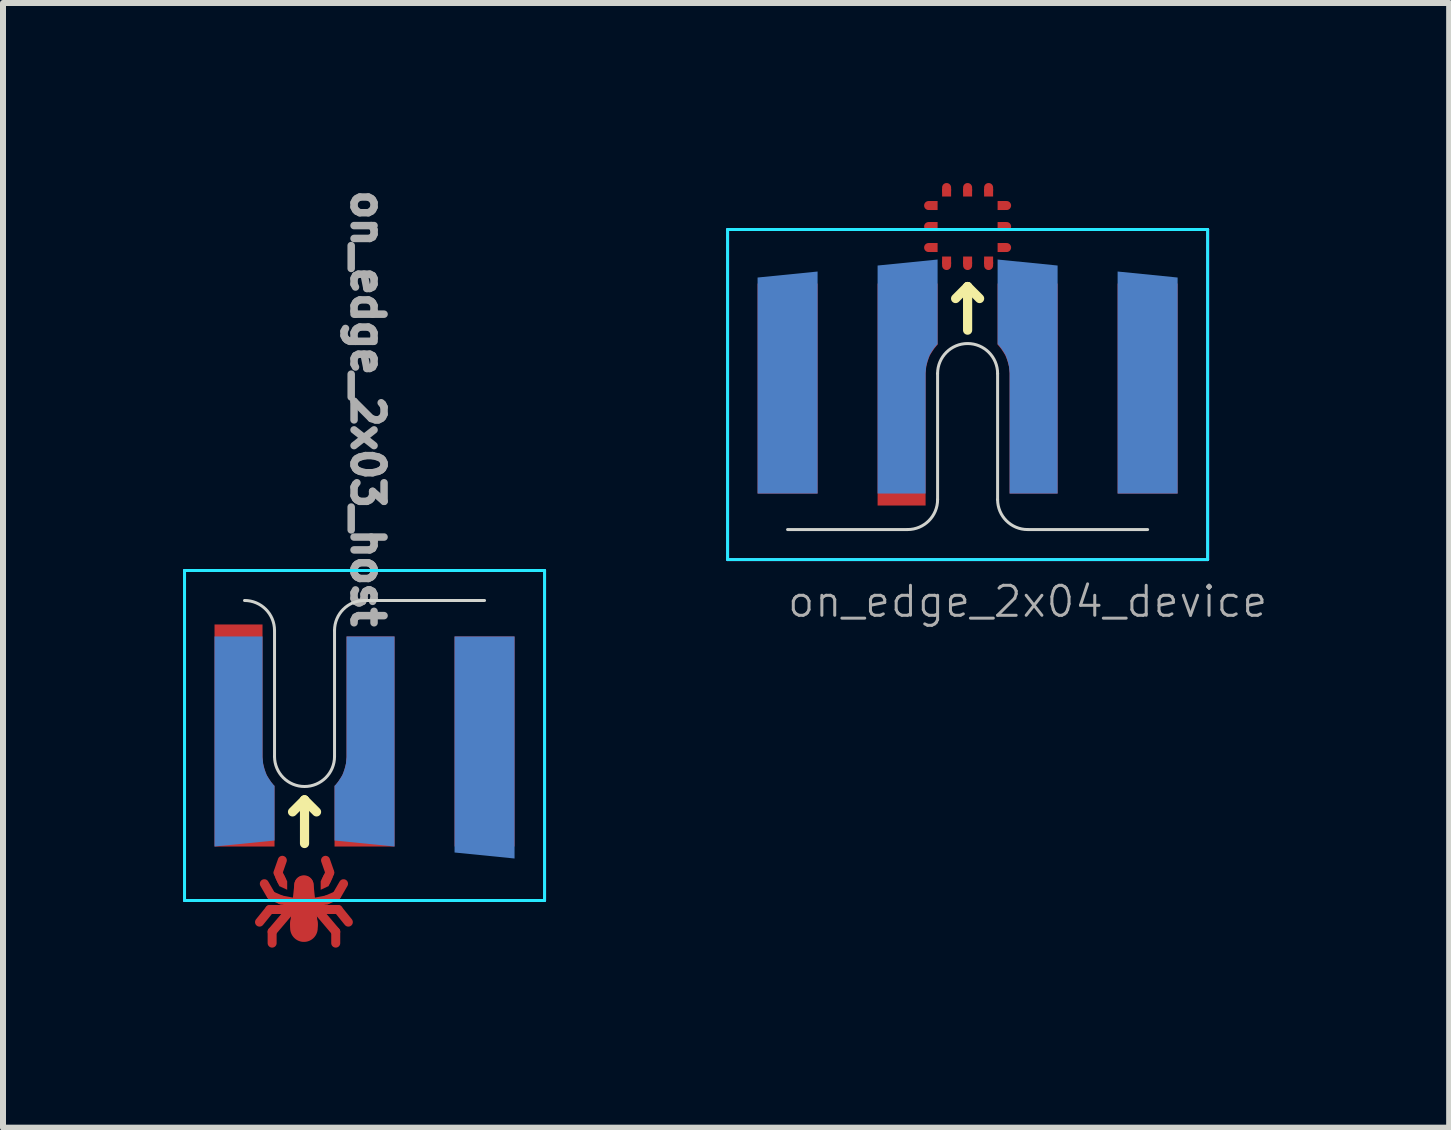
<source format=kicad_pcb>
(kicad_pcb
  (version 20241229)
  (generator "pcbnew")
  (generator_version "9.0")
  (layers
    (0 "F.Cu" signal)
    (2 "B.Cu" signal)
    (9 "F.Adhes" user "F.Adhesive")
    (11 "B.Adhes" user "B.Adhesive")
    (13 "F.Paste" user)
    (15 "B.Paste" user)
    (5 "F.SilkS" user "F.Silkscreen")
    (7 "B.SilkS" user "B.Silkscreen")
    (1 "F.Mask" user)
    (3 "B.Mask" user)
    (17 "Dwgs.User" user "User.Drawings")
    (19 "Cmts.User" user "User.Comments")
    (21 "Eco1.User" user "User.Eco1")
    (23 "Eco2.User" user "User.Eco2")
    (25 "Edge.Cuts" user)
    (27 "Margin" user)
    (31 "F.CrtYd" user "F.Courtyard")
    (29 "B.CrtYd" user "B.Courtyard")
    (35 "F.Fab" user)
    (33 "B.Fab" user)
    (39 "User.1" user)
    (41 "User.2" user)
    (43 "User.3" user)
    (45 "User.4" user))
  (footprint "on_edge_2x03_host"
    (layer "F.Cu")
    (at 3.025 6.957)
    (property "Reference" "on_edge_2x03_host" (at 0.05 -3.2 270) (unlocked yes) (layer "F.Fab") (effects (font (size 0.5 0.5) (thickness 0.125))))
    (attr exclude_from_pos_files exclude_from_bom)
    (fp_line (start -1.75 5.36) (end -1.58 5.15) (stroke (width 0.15) (type solid)) (layer "F.Cu"))
    (fp_line (start -1.67 4.72) (end -1.56 4.91) (stroke (width 0.15) (type solid)) (layer "F.Cu"))
    (fp_line (start -1.54 5.71) (end -1.54 5.52) (stroke (width 0.15) (type solid)) (layer "F.Cu"))
    (fp_line (start -1.44 4.54) (end -1.38 4.67) (stroke (width 0.15) (type solid)) (layer "F.Cu"))
    (fp_line (start -1.39 4.99) (end -1.55 4.92) (stroke (width 0.15) (type solid)) (layer "F.Cu"))
    (fp_line (start -1.39 4.99) (end -1.13 5.04) (stroke (width 0.15) (type solid)) (layer "F.Cu"))
    (fp_line (start -1.37 4.33) (end -1.44 4.53) (stroke (width 0.15) (type solid)) (layer "F.Cu"))
    (fp_line (start -1.26 5.19) (end -1.54 5.52) (stroke (width 0.15) (type solid)) (layer "F.Cu"))
    (fp_line (start -1.21 5.15) (end -1.58 5.15) (stroke (width 0.15) (type solid)) (layer "F.Cu"))
    (fp_line (start -1.09 5.4) (end -1.02 4.74) (stroke (width 0.3) (type solid)) (layer "F.Cu"))
    (fp_line (start -1.01 5.46) (end -1.01 5.39) (stroke (width 0.46) (type solid)) (layer "F.Cu"))
    (fp_line (start -1.01 5.51) (end -1.01 4.74) (stroke (width 0.32) (type solid)) (layer "F.Cu"))
    (fp_line (start -0.93 5.4) (end -1 4.74) (stroke (width 0.3) (type solid)) (layer "F.Cu"))
    (fp_line (start -0.81 5.15) (end -0.44 5.15) (stroke (width 0.15) (type solid)) (layer "F.Cu"))
    (fp_line (start -0.76 5.19) (end -0.48 5.52) (stroke (width 0.15) (type solid)) (layer "F.Cu"))
    (fp_line (start -0.65 4.33) (end -0.58 4.53) (stroke (width 0.15) (type solid)) (layer "F.Cu"))
    (fp_line (start -0.63 4.99) (end -0.89 5.04) (stroke (width 0.15) (type solid)) (layer "F.Cu"))
    (fp_line (start -0.63 4.99) (end -0.47 4.92) (stroke (width 0.15) (type solid)) (layer "F.Cu"))
    (fp_line (start -0.58 4.54) (end -0.64 4.67) (stroke (width 0.15) (type solid)) (layer "F.Cu"))
    (fp_line (start -0.48 5.71) (end -0.48 5.52) (stroke (width 0.15) (type solid)) (layer "F.Cu"))
    (fp_line (start -0.35 4.72) (end -0.46 4.91) (stroke (width 0.15) (type solid)) (layer "F.Cu"))
    (fp_line (start -0.27 5.36) (end -0.44 5.15) (stroke (width 0.15) (type solid)) (layer "F.Cu"))
    (fp_poly (pts (xy -1.35 4.56) (xy -1.29 4.68) (xy -1.29 4.82) (xy -1.42 4.76) (xy -1.49 4.61) (xy -1.4 4.64)) (stroke (width 0.001) (type solid)) (fill yes) (layer "F.Cu"))
    (fp_poly (pts (xy -0.67 4.56) (xy -0.73 4.68) (xy -0.73 4.82) (xy -0.6 4.76) (xy -0.53 4.61) (xy -0.62 4.64)) (stroke (width 0.001) (type solid)) (fill yes) (layer "F.Cu"))
    (fp_line (start -1.75 5.36) (end -1.58 5.15) (stroke (width 0.15) (type solid)) (layer "F.Mask"))
    (fp_line (start -1.67 4.72) (end -1.56 4.91) (stroke (width 0.15) (type solid)) (layer "F.Mask"))
    (fp_line (start -1.54 5.71) (end -1.54 5.52) (stroke (width 0.15) (type solid)) (layer "F.Mask"))
    (fp_line (start -1.44 4.54) (end -1.38 4.67) (stroke (width 0.15) (type solid)) (layer "F.Mask"))
    (fp_line (start -1.39 4.99) (end -1.55 4.92) (stroke (width 0.15) (type solid)) (layer "F.Mask"))
    (fp_line (start -1.39 4.99) (end -1.13 5.04) (stroke (width 0.15) (type solid)) (layer "F.Mask"))
    (fp_line (start -1.37 4.33) (end -1.44 4.53) (stroke (width 0.15) (type solid)) (layer "F.Mask"))
    (fp_line (start -1.26 5.19) (end -1.54 5.52) (stroke (width 0.15) (type solid)) (layer "F.Mask"))
    (fp_line (start -1.21 5.15) (end -1.58 5.15) (stroke (width 0.15) (type solid)) (layer "F.Mask"))
    (fp_line (start -1.09 5.4) (end -1.02 4.74) (stroke (width 0.3) (type solid)) (layer "F.Mask"))
    (fp_line (start -1.01 5.46) (end -1.01 5.39) (stroke (width 0.46) (type solid)) (layer "F.Mask"))
    (fp_line (start -1.01 5.51) (end -1.01 4.74) (stroke (width 0.32) (type solid)) (layer "F.Mask"))
    (fp_line (start -0.93 5.4) (end -1 4.74) (stroke (width 0.3) (type solid)) (layer "F.Mask"))
    (fp_line (start -0.81 5.15) (end -0.44 5.15) (stroke (width 0.15) (type solid)) (layer "F.Mask"))
    (fp_line (start -0.76 5.19) (end -0.48 5.52) (stroke (width 0.15) (type solid)) (layer "F.Mask"))
    (fp_line (start -0.65 4.33) (end -0.58 4.53) (stroke (width 0.15) (type solid)) (layer "F.Mask"))
    (fp_line (start -0.63 4.99) (end -0.89 5.04) (stroke (width 0.15) (type solid)) (layer "F.Mask"))
    (fp_line (start -0.63 4.99) (end -0.47 4.92) (stroke (width 0.15) (type solid)) (layer "F.Mask"))
    (fp_line (start -0.58 4.54) (end -0.64 4.67) (stroke (width 0.15) (type solid)) (layer "F.Mask"))
    (fp_line (start -0.48 5.71) (end -0.48 5.52) (stroke (width 0.15) (type solid)) (layer "F.Mask"))
    (fp_line (start -0.35 4.72) (end -0.46 4.91) (stroke (width 0.15) (type solid)) (layer "F.Mask"))
    (fp_line (start -0.27 5.36) (end -0.44 5.15) (stroke (width 0.15) (type solid)) (layer "F.Mask"))
    (fp_poly (pts (xy -1.35 4.56) (xy -1.29 4.68) (xy -1.29 4.82) (xy -1.42 4.76) (xy -1.49 4.61) (xy -1.4 4.64)) (stroke (width 0.001) (type solid)) (fill yes) (layer "F.Mask"))
    (fp_poly (pts (xy -0.67 4.56) (xy -0.73 4.68) (xy -0.73 4.82) (xy -0.6 4.76) (xy -0.53 4.61) (xy -0.62 4.64)) (stroke (width 0.001) (type solid)) (fill yes) (layer "F.Mask"))
    (fp_line (start -1 3.323) (end -1.2 3.523) (stroke (width 0.153) (type solid)) (layer "F.SilkS"))
    (fp_line (start -1 4.05) (end -1 3.323) (stroke (width 0.153) (type solid)) (layer "F.SilkS"))
    (fp_line (start -0.8 3.523) (end -1 3.323) (stroke (width 0.153) (type solid)) (layer "F.SilkS"))
    (fp_line (start -1.5 0.5) (end -1.5 2.6) (stroke (width 0.05) (type solid)) (layer "Edge.Cuts"))
    (fp_line (start -0.5 2.6) (end -0.5 0.5) (stroke (width 0.05) (type solid)) (layer "Edge.Cuts"))
    (fp_line (start 0 0) (end 2 0) (stroke (width 0.05) (type solid)) (layer "Edge.Cuts"))
    (fp_arc (start -2 0) (mid -1.646447 0.146447) (end -1.5 0.5) (stroke (width 0.05) (type solid)) (layer "Edge.Cuts"))
    (fp_arc (start -0.5 0.5) (mid -0.353553 0.146447) (end 0 0) (stroke (width 0.05) (type solid)) (layer "Edge.Cuts"))
    (fp_arc (start -0.5 2.6) (mid -1 3.1) (end -1.5 2.6) (stroke (width 0.05) (type solid)) (layer "Edge.Cuts"))
    (fp_line (start -3 -0.5) (end 3 -0.5) (stroke (width 0.05) (type solid)) (layer "B.CrtYd"))
    (fp_line (start -3 5) (end -3 -0.5) (stroke (width 0.05) (type solid)) (layer "B.CrtYd"))
    (fp_line (start 3 -0.5) (end 3 5) (stroke (width 0.05) (type solid)) (layer "B.CrtYd"))
    (fp_line (start 3 5) (end -3 5) (stroke (width 0.05) (type solid)) (layer "B.CrtYd"))
    (fp_line (start -3 -0.5) (end -3 5) (stroke (width 0.05) (type solid)) (layer "F.CrtYd"))
    (fp_line (start -3 5) (end 3 5) (stroke (width 0.05) (type solid)) (layer "F.CrtYd"))
    (fp_line (start 3 -0.5) (end -3 -0.5) (stroke (width 0.05) (type solid)) (layer "F.CrtYd"))
    (fp_line (start 3 5) (end 3 -0.5) (stroke (width 0.05) (type solid)) (layer "F.CrtYd"))
    (pad "1" smd custom (at -2 3.6) (size 1 1) (layers "F.Cu" "F.Mask") (options (anchor rect)) (primitives (gr_poly (pts (xy 0.3 -0.99) (xy 0.31 -0.88) (xy 0.33 -0.8) (xy 0.35 -0.74) (xy 0.37 -0.69) (xy 0.4 -0.64) (xy 0.44 -0.58) (xy 0.48 -0.53) (xy 0.5 -0.51) (xy 0.5 0.5) (xy -0.5 0.5) (xy -0.5 -3.2) (xy 0.3 -3.2)) (width 0) (fill yes))))
    (pad "2" smd custom (at 0 3.6) (size 1 1) (layers "F.Cu" "F.Mask") (options (anchor rect)) (primitives (gr_poly (pts (xy -0.3 -0.99) (xy -0.31 -0.88) (xy -0.33 -0.8) (xy -0.35 -0.74) (xy -0.37 -0.69) (xy -0.4 -0.64) (xy -0.44 -0.58) (xy -0.48 -0.53) (xy -0.5 -0.51) (xy -0.5 0.5) (xy 0.5 0.5) (xy 0.5 -3) (xy -0.3 -3)) (width 0) (fill yes))))
    (pad "3" smd custom (at -2 2.1 180) (size 0.4 0.4) (layers "B.Cu" "B.Mask") (options (anchor rect)) (primitives (gr_poly (pts (xy -0.3 -0.51) (xy -0.31 -0.62) (xy -0.33 -0.7) (xy -0.35 -0.76) (xy -0.37 -0.81) (xy -0.4 -0.86) (xy -0.44 -0.92) (xy -0.48 -0.97) (xy -0.5 -0.99) (xy -0.5 -1.9) (xy 0.5 -2) (xy 0.5 1.5) (xy -0.3 1.5)) (width 0) (fill yes))))
    (pad "4" smd custom (at 0 2.1 180) (size 0.4 0.4) (layers "B.Cu" "B.Mask") (options (anchor rect)) (primitives (gr_poly (pts (xy 0.3 -0.51) (xy 0.31 -0.62) (xy 0.33 -0.7) (xy 0.35 -0.76) (xy 0.37 -0.81) (xy 0.4 -0.86) (xy 0.44 -0.92) (xy 0.48 -0.97) (xy 0.5 -0.99) (xy 0.5 -1.9) (xy -0.5 -2) (xy -0.5 1.5) (xy 0.3 1.5)) (width 0) (fill yes))))
    (pad "5" smd rect (at 2 2.35) (size 1 3.5) (layers "F.Cu" "F.Mask"))
    (pad "6" smd custom (at 2 2.4 180) (size 1 3.6) (layers "B.Cu" "B.Mask") (options (anchor rect)) (primitives (gr_poly (pts (xy 0.5 -1.8) (xy -0.5 -1.9) (xy -0.5 -1.8)) (width 0) (fill yes)))))
  (footprint "on_edge_2x04_device"
    (layer "F.Cu")
    (at 14.075 5.775)
    (property "Reference" "on_edge_2x04_device" (at 0 1.2 0) (unlocked yes) (layer "F.Fab") (effects (font (size 0.5 0.5) (thickness 0.05))))
    (attr exclude_from_pos_files exclude_from_bom)
    (fp_line (start -1.6 -5.4) (end -1.65 -5.4) (stroke (width 0.15) (type solid)) (layer "F.Cu"))
    (fp_line (start -1.6 -5.05) (end -1.65 -5.05) (stroke (width 0.15) (type solid)) (layer "F.Cu"))
    (fp_line (start -1.6 -4.7) (end -1.65 -4.7) (stroke (width 0.15) (type solid)) (layer "F.Cu"))
    (fp_line (start -1.35 -5.65) (end -1.35 -5.7) (stroke (width 0.15) (type solid)) (layer "F.Cu"))
    (fp_line (start -1.35 -4.45) (end -1.35 -4.4) (stroke (width 0.15) (type solid)) (layer "F.Cu"))
    (fp_line (start -1 -5.65) (end -1 -5.7) (stroke (width 0.15) (type solid)) (layer "F.Cu"))
    (fp_line (start -1 -4.45) (end -1 -4.4) (stroke (width 0.15) (type solid)) (layer "F.Cu"))
    (fp_line (start -0.65 -5.65) (end -0.65 -5.7) (stroke (width 0.15) (type solid)) (layer "F.Cu"))
    (fp_line (start -0.65 -4.45) (end -0.65 -4.4) (stroke (width 0.15) (type solid)) (layer "F.Cu"))
    (fp_line (start -0.4 -5.4) (end -0.35 -5.4) (stroke (width 0.15) (type solid)) (layer "F.Cu"))
    (fp_line (start -0.4 -5.05) (end -0.35 -5.05) (stroke (width 0.15) (type solid)) (layer "F.Cu"))
    (fp_line (start -0.4 -4.7) (end -0.35 -4.7) (stroke (width 0.15) (type solid)) (layer "F.Cu"))
    (fp_poly (pts (xy -1.5 -5.475) (xy -1.5 -5.325) (xy -1.625 -5.325) (xy -1.625 -5.475)) (stroke (width 0) (type solid)) (fill yes) (layer "F.Cu"))
    (fp_poly (pts (xy -1.5 -5.125) (xy -1.5 -4.975) (xy -1.625 -4.975) (xy -1.625 -5.125)) (stroke (width 0) (type solid)) (fill yes) (layer "F.Cu"))
    (fp_poly (pts (xy -1.5 -4.775) (xy -1.5 -4.625) (xy -1.625 -4.625) (xy -1.625 -4.775)) (stroke (width 0) (type solid)) (fill yes) (layer "F.Cu"))
    (fp_poly (pts (xy -1.425 -4.55) (xy -1.275 -4.55) (xy -1.275 -4.425) (xy -1.425 -4.425)) (stroke (width 0) (type solid)) (fill yes) (layer "F.Cu"))
    (fp_poly (pts (xy -1.275 -5.55) (xy -1.425 -5.55) (xy -1.425 -5.675) (xy -1.275 -5.675)) (stroke (width 0) (type solid)) (fill yes) (layer "F.Cu"))
    (fp_poly (pts (xy -1.075 -4.55) (xy -0.925 -4.55) (xy -0.925 -4.425) (xy -1.075 -4.425)) (stroke (width 0) (type solid)) (fill yes) (layer "F.Cu"))
    (fp_poly (pts (xy -0.925 -5.55) (xy -1.075 -5.55) (xy -1.075 -5.675) (xy -0.925 -5.675)) (stroke (width 0) (type solid)) (fill yes) (layer "F.Cu"))
    (fp_poly (pts (xy -0.725 -4.55) (xy -0.575 -4.55) (xy -0.575 -4.425) (xy -0.725 -4.425)) (stroke (width 0) (type solid)) (fill yes) (layer "F.Cu"))
    (fp_poly (pts (xy -0.575 -5.55) (xy -0.725 -5.55) (xy -0.725 -5.675) (xy -0.575 -5.675)) (stroke (width 0) (type solid)) (fill yes) (layer "F.Cu"))
    (fp_poly (pts (xy -0.5 -5.325) (xy -0.5 -5.475) (xy -0.375 -5.475) (xy -0.375 -5.325)) (stroke (width 0) (type solid)) (fill yes) (layer "F.Cu"))
    (fp_poly (pts (xy -0.5 -4.975) (xy -0.5 -5.125) (xy -0.375 -5.125) (xy -0.375 -4.975)) (stroke (width 0) (type solid)) (fill yes) (layer "F.Cu"))
    (fp_poly (pts (xy -0.5 -4.625) (xy -0.5 -4.775) (xy -0.375 -4.775) (xy -0.375 -4.625)) (stroke (width 0) (type solid)) (fill yes) (layer "F.Cu"))
    (fp_line (start -1.5 -5.4) (end -1.65 -5.4) (stroke (width 0.15) (type solid)) (layer "F.Mask"))
    (fp_line (start -1.5 -5.05) (end -1.65 -5.05) (stroke (width 0.15) (type solid)) (layer "F.Mask"))
    (fp_line (start -1.5 -4.7) (end -1.65 -4.7) (stroke (width 0.15) (type solid)) (layer "F.Mask"))
    (fp_line (start -1.35 -5.55) (end -1.35 -5.7) (stroke (width 0.15) (type solid)) (layer "F.Mask"))
    (fp_line (start -1.35 -4.55) (end -1.35 -4.4) (stroke (width 0.15) (type solid)) (layer "F.Mask"))
    (fp_line (start -1 -5.55) (end -1 -5.7) (stroke (width 0.15) (type solid)) (layer "F.Mask"))
    (fp_line (start -1 -4.55) (end -1 -4.4) (stroke (width 0.15) (type solid)) (layer "F.Mask"))
    (fp_line (start -0.65 -5.55) (end -0.65 -5.7) (stroke (width 0.15) (type solid)) (layer "F.Mask"))
    (fp_line (start -0.65 -4.55) (end -0.65 -4.4) (stroke (width 0.15) (type solid)) (layer "F.Mask"))
    (fp_line (start -0.5 -5.4) (end -0.35 -5.4) (stroke (width 0.15) (type solid)) (layer "F.Mask"))
    (fp_line (start -0.5 -5.05) (end -0.35 -5.05) (stroke (width 0.15) (type solid)) (layer "F.Mask"))
    (fp_line (start -0.5 -4.7) (end -0.35 -4.7) (stroke (width 0.15) (type solid)) (layer "F.Mask"))
    (fp_poly (pts (xy -0.55 -4.6) (xy -1.45 -4.6) (xy -1.45 -5.5) (xy -0.55 -5.5)) (stroke (width 0.1) (type solid)) (fill yes) (layer "F.Mask"))
    (fp_line (start -1.2 -3.85) (end -1 -4.05) (stroke (width 0.153) (type solid)) (layer "F.SilkS"))
    (fp_line (start -1 -4.05) (end -1 -3.323) (stroke (width 0.153) (type solid)) (layer "F.SilkS"))
    (fp_line (start -1 -4.05) (end -0.8 -3.85) (stroke (width 0.153) (type solid)) (layer "F.SilkS"))
    (fp_line (start -4 0) (end -2 0) (stroke (width 0.05) (type solid)) (layer "Edge.Cuts"))
    (fp_line (start -1.5 -2.6) (end -1.5 -0.5) (stroke (width 0.05) (type solid)) (layer "Edge.Cuts"))
    (fp_line (start -0.5 -0.5) (end -0.5 -2.6) (stroke (width 0.05) (type solid)) (layer "Edge.Cuts"))
    (fp_line (start 0 0) (end 2 0) (stroke (width 0.05) (type solid)) (layer "Edge.Cuts"))
    (fp_arc (start -1.5 -2.6) (mid -1 -3.1) (end -0.5 -2.6) (stroke (width 0.05) (type solid)) (layer "Edge.Cuts"))
    (fp_arc (start -1.5 -0.5) (mid -1.646447 -0.146447) (end -2 0) (stroke (width 0.05) (type solid)) (layer "Edge.Cuts"))
    (fp_arc (start 0 0) (mid -0.353553 -0.146447) (end -0.5 -0.5) (stroke (width 0.05) (type solid)) (layer "Edge.Cuts"))
    (fp_line (start -5 -5) (end -5 0.5) (stroke (width 0.05) (type solid)) (layer "B.CrtYd"))
    (fp_line (start -5 0.5) (end 3 0.5) (stroke (width 0.05) (type solid)) (layer "B.CrtYd"))
    (fp_line (start 3 -5) (end -5 -5) (stroke (width 0.05) (type solid)) (layer "B.CrtYd"))
    (fp_line (start 3 0.5) (end 3 -5) (stroke (width 0.05) (type solid)) (layer "B.CrtYd"))
    (fp_line (start -5 -5) (end 3 -5) (stroke (width 0.05) (type solid)) (layer "F.CrtYd"))
    (fp_line (start -5 0.5) (end -5 -5) (stroke (width 0.05) (type solid)) (layer "F.CrtYd"))
    (fp_line (start 3 -5) (end 3 0.5) (stroke (width 0.05) (type solid)) (layer "F.CrtYd"))
    (fp_line (start 3 0.5) (end -5 0.5) (stroke (width 0.05) (type solid)) (layer "F.CrtYd"))
    (pad "1" smd custom (at -2 -3.6) (size 1 1) (layers "F.Cu" "F.Mask") (options (anchor rect)) (primitives (gr_poly (pts (xy 0.3 1) (xy 0.31 0.89) (xy 0.33 0.81) (xy 0.35 0.75) (xy 0.37 0.7) (xy 0.4 0.65) (xy 0.44 0.59) (xy 0.48 0.54) (xy 0.5 0.52) (xy 0.5 -0.5) (xy -0.5 -0.5) (xy -0.5 3.2) (xy 0.3 3.2)) (width 0) (fill yes))))
    (pad "2" smd custom (at 0 -3.6) (size 1 1) (layers "F.Cu" "F.Mask") (options (anchor rect)) (primitives (gr_poly (pts (xy -0.3 1) (xy -0.31 0.89) (xy -0.33 0.81) (xy -0.35 0.75) (xy -0.37 0.7) (xy -0.4 0.65) (xy -0.44 0.59) (xy -0.48 0.54) (xy -0.5 0.52) (xy -0.5 -0.5) (xy 0.5 -0.5) (xy 0.5 3) (xy -0.3 3)) (width 0) (fill yes))))
    (pad "3" smd custom (at -2 -2.1) (size 0.4 0.4) (layers "B.Cu" "B.Mask") (options (anchor rect)) (primitives (gr_poly (pts (xy 0.3 -0.51) (xy 0.31 -0.62) (xy 0.33 -0.7) (xy 0.35 -0.76) (xy 0.37 -0.81) (xy 0.4 -0.86) (xy 0.44 -0.92) (xy 0.48 -0.97) (xy 0.5 -0.99) (xy 0.5 -2.4) (xy -0.5 -2.3) (xy -0.5 1.5) (xy 0.3 1.5)) (width 0) (fill yes))))
    (pad "4" smd custom (at 0 -2.1) (size 0.4 0.4) (layers "B.Cu" "B.Mask") (options (anchor rect)) (primitives (gr_poly (pts (xy -0.3 -0.51) (xy -0.31 -0.62) (xy -0.33 -0.7) (xy -0.35 -0.76) (xy -0.37 -0.81) (xy -0.4 -0.86) (xy -0.44 -0.92) (xy -0.48 -0.97) (xy -0.5 -0.99) (xy -0.5 -2.4) (xy 0.5 -2.3) (xy 0.5 1.5) (xy -0.3 1.5)) (width 0) (fill yes))))
    (pad "5" smd rect (at 2 -2.35 180) (size 1 3.5) (layers "F.Cu" "F.Mask"))
    (pad "6" smd custom (at 2 -2.4) (size 1 3.6) (layers "B.Cu" "B.Mask") (options (anchor rect)) (primitives (gr_poly (pts (xy -0.5 -1.8) (xy -0.5 -1.9) (xy 0.5 -1.8)) (width 0) (fill yes))))
    (pad "7" smd rect (at -4 -2.35 180) (size 1 3.5) (layers "F.Cu" "F.Mask"))
    (pad "8" smd custom (at -4 -2.4) (size 1 3.6) (layers "B.Cu" "B.Mask") (options (anchor rect)) (primitives (gr_poly (pts (xy 0.5 -1.8) (xy 0.5 -1.9) (xy -0.5 -1.8)) (width 0) (fill yes)))))
  (gr_rect
    (start -3 -3)
    (end 21.1 15.742)
    (stroke (width 0.1) (type default))
    (fill no)
    (layer "Edge.Cuts")))
</source>
